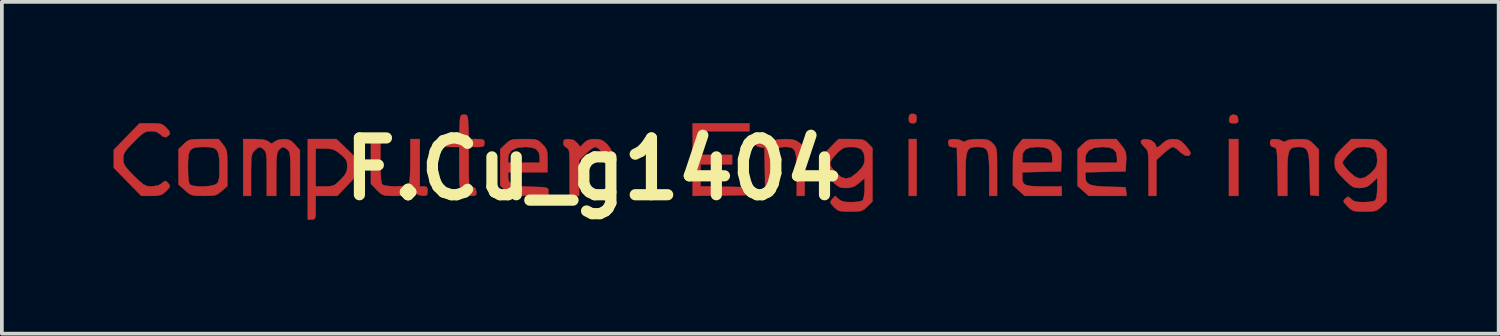
<source format=kicad_pcb>
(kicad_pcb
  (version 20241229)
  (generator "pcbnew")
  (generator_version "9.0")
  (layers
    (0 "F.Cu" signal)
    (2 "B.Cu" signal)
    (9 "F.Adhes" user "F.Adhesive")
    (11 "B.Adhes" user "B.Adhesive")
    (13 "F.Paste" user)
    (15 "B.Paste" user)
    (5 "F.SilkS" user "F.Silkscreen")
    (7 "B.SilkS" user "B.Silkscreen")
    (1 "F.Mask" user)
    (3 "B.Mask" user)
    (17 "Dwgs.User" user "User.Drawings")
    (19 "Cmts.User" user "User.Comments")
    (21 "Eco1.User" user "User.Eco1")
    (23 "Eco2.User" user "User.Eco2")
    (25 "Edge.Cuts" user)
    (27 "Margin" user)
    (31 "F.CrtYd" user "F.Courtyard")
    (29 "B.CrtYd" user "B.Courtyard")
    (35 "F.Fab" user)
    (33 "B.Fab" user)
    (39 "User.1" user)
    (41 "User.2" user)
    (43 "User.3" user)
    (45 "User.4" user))
  (footprint "F.Cu_g1404"
    (layer "F.Cu")
    (at 12.874 1.487)
    (property "Reference" "F.Cu_g1404" (at 0 0 0) (layer "F.SilkS") (effects (font (size 1.524 1.524) (thickness 0.3))))
    (attr through_hole)
    (fp_poly (pts (xy 8.678 0.72) (xy 8.467 0.72) (xy 8.467 -0.804) (xy 8.678 -0.804) (xy 8.678 0.72)) (stroke (width 0.01) (type solid)) (fill yes) (layer "F.Cu"))
    (fp_poly (pts (xy 17.314 0.72) (xy 17.06 0.72) (xy 17.06 -0.804) (xy 17.314 -0.804) (xy 17.314 0.72)) (stroke (width 0.01) (type solid)) (fill yes) (layer "F.Cu"))
    (fp_poly (pts (xy 8.648 -1.468) (xy 8.676 -1.41) (xy 8.678 -1.355) (xy 8.667 -1.264) (xy 8.619 -1.231) (xy 8.572 -1.228) (xy 8.497 -1.241) (xy 8.469 -1.299) (xy 8.467 -1.355) (xy 8.478 -1.445) (xy 8.526 -1.479) (xy 8.572 -1.482) (xy 8.648 -1.468)) (stroke (width 0.01) (type solid)) (fill yes) (layer "F.Cu"))
    (fp_poly (pts (xy 17.269 -1.442) (xy 17.303 -1.37) (xy 17.307 -1.344) (xy 17.306 -1.263) (xy 17.264 -1.232) (xy 17.187 -1.228) (xy 17.096 -1.236) (xy 17.065 -1.276) (xy 17.068 -1.344) (xy 17.095 -1.431) (xy 17.164 -1.46) (xy 17.187 -1.46) (xy 17.269 -1.442)) (stroke (width 0.01) (type solid)) (fill yes) (layer "F.Cu"))
    (fp_poly (pts (xy 4.191 -1.016) (xy 2.879 -1.016) (xy 2.879 -0.381) (xy 3.725 -0.381) (xy 3.725 -0.127) (xy 2.879 -0.127) (xy 2.879 0.463) (xy 3.524 0.475) (xy 4.17 0.487) (xy 4.17 0.699) (xy 2.667 0.722) (xy 2.667 -1.228) (xy 4.191 -1.228) (xy 4.191 -1.016)) (stroke (width 0.01) (type solid)) (fill yes) (layer "F.Cu"))
    (fp_poly (pts (xy 0.18 -0.794) (xy 0.28 -0.748) (xy 0.373 -0.665) (xy 0.465 -0.545) (xy 0.506 -0.441) (xy 0.492 -0.367) (xy 0.422 -0.339) (xy 0.421 -0.339) (xy 0.338 -0.369) (xy 0.244 -0.446) (xy 0.226 -0.466) (xy 0.141 -0.548) (xy 0.064 -0.591) (xy 0.051 -0.593) (xy -0.015 -0.565) (xy -0.114 -0.492) (xy -0.199 -0.415) (xy -0.381 -0.236) (xy -0.381 0.72) (xy -0.635 0.72) (xy -0.635 0.088) (xy -0.636 -0.157) (xy -0.639 -0.329) (xy -0.646 -0.444) (xy -0.659 -0.513) (xy -0.68 -0.55) (xy -0.71 -0.568) (xy -0.72 -0.572) (xy -0.791 -0.634) (xy -0.804 -0.701) (xy -0.792 -0.772) (xy -0.74 -0.8) (xy -0.659 -0.804) (xy -0.521 -0.776) (xy -0.432 -0.7) (xy -0.35 -0.596) (xy -0.252 -0.7) (xy -0.162 -0.771) (xy -0.048 -0.801) (xy 0.041 -0.804) (xy 0.18 -0.794)) (stroke (width 0.01) (type solid)) (fill yes) (layer "F.Cu"))
    (fp_poly (pts (xy 5.309 -0.798) (xy 5.418 -0.774) (xy 5.508 -0.722) (xy 5.542 -0.695) (xy 5.673 -0.585) (xy 5.673 0.72) (xy 5.461 0.72) (xy 5.461 0.134) (xy 5.458 -0.131) (xy 5.447 -0.322) (xy 5.423 -0.452) (xy 5.379 -0.532) (xy 5.311 -0.575) (xy 5.213 -0.591) (xy 5.136 -0.593) (xy 5.024 -0.586) (xy 4.942 -0.56) (xy 4.886 -0.502) (xy 4.852 -0.4) (xy 4.834 -0.244) (xy 4.827 -0.021) (xy 4.826 0.141) (xy 4.826 0.72) (xy 4.617 0.72) (xy 4.593 -0.572) (xy 4.477 -0.585) (xy 4.389 -0.612) (xy 4.361 -0.681) (xy 4.36 -0.701) (xy 4.371 -0.769) (xy 4.418 -0.798) (xy 4.521 -0.804) (xy 4.64 -0.792) (xy 4.724 -0.761) (xy 4.733 -0.754) (xy 4.79 -0.725) (xy 4.834 -0.754) (xy 4.903 -0.781) (xy 5.029 -0.799) (xy 5.149 -0.804) (xy 5.309 -0.798)) (stroke (width 0.01) (type solid)) (fill yes) (layer "F.Cu"))
    (fp_poly (pts (xy -5.715 -0.22) (xy -5.711 0.058) (xy -5.701 0.256) (xy -5.682 0.375) (xy -5.664 0.415) (xy -5.594 0.443) (xy -5.46 0.46) (xy -5.313 0.466) (xy -5.142 0.458) (xy -5.016 0.439) (xy -4.961 0.415) (xy -4.938 0.35) (xy -4.921 0.21) (xy -4.913 -0.009) (xy -4.911 -0.22) (xy -4.911 -0.804) (xy -4.657 -0.804) (xy -4.657 0.466) (xy -4.551 0.466) (xy -4.475 0.479) (xy -4.448 0.537) (xy -4.445 0.593) (xy -4.456 0.683) (xy -4.505 0.716) (xy -4.563 0.72) (xy -4.686 0.697) (xy -4.77 0.657) (xy -4.842 0.617) (xy -4.889 0.633) (xy -4.911 0.657) (xy -4.968 0.691) (xy -5.077 0.712) (xy -5.253 0.719) (xy -5.309 0.72) (xy -5.481 0.718) (xy -5.593 0.709) (xy -5.67 0.683) (xy -5.737 0.634) (xy -5.812 0.559) (xy -5.969 0.399) (xy -5.969 -0.804) (xy -5.715 -0.804) (xy -5.715 -0.22)) (stroke (width 0.01) (type solid)) (fill yes) (layer "F.Cu"))
    (fp_poly (pts (xy 15.678 -0.795) (xy 15.766 -0.755) (xy 15.862 -0.667) (xy 15.894 -0.632) (xy 15.977 -0.528) (xy 16.027 -0.444) (xy 16.033 -0.41) (xy 15.98 -0.353) (xy 15.89 -0.361) (xy 15.78 -0.43) (xy 15.745 -0.463) (xy 15.651 -0.543) (xy 15.572 -0.589) (xy 15.553 -0.593) (xy 15.491 -0.566) (xy 15.393 -0.495) (xy 15.303 -0.418) (xy 15.113 -0.243) (xy 15.113 0.72) (xy 14.901 0.72) (xy 14.901 0.113) (xy 14.901 -0.125) (xy 14.898 -0.293) (xy 14.89 -0.407) (xy 14.875 -0.48) (xy 14.85 -0.529) (xy 14.814 -0.568) (xy 14.796 -0.585) (xy 14.707 -0.684) (xy 14.695 -0.757) (xy 14.759 -0.797) (xy 14.831 -0.804) (xy 14.964 -0.776) (xy 15.066 -0.702) (xy 15.112 -0.604) (xy 15.113 -0.592) (xy 15.139 -0.582) (xy 15.207 -0.627) (xy 15.253 -0.669) (xy 15.369 -0.762) (xy 15.485 -0.8) (xy 15.565 -0.804) (xy 15.678 -0.795)) (stroke (width 0.01) (type solid)) (fill yes) (layer "F.Cu"))
    (fp_poly (pts (xy 14.177 -0.635) (xy 14.252 -0.533) (xy 14.291 -0.445) (xy 14.304 -0.336) (xy 14.3 -0.201) (xy 14.287 0.064) (xy 13.208 0.087) (xy 13.208 0.206) (xy 13.22 0.307) (xy 13.265 0.378) (xy 13.353 0.426) (xy 13.497 0.455) (xy 13.709 0.471) (xy 13.823 0.475) (xy 14.287 0.487) (xy 14.301 0.603) (xy 14.314 0.72) (xy 13.296 0.72) (xy 13.146 0.588) (xy 12.996 0.457) (xy 12.996 -0.289) (xy 13.208 -0.289) (xy 13.208 -0.169) (xy 14.055 -0.169) (xy 14.055 -0.304) (xy 14.033 -0.444) (xy 13.96 -0.534) (xy 13.827 -0.581) (xy 13.659 -0.593) (xy 13.444 -0.569) (xy 13.297 -0.498) (xy 13.22 -0.38) (xy 13.208 -0.289) (xy 12.996 -0.289) (xy 12.996 -0.534) (xy 13.136 -0.669) (xy 13.206 -0.733) (xy 13.27 -0.773) (xy 13.35 -0.794) (xy 13.468 -0.803) (xy 13.647 -0.804) (xy 13.658 -0.804) (xy 14.04 -0.804) (xy 14.177 -0.635)) (stroke (width 0.01) (type solid)) (fill yes) (layer "F.Cu"))
    (fp_poly (pts (xy -6.622 -0.544) (xy -6.492 -0.417) (xy -6.412 -0.328) (xy -6.37 -0.254) (xy -6.353 -0.173) (xy -6.35 -0.065) (xy -6.35 -0.053) (xy -6.353 0.06) (xy -6.369 0.144) (xy -6.409 0.222) (xy -6.486 0.316) (xy -6.611 0.448) (xy -6.611 0.448) (xy -6.871 0.72) (xy -7.451 0.72) (xy -7.451 1.037) (xy -7.452 1.199) (xy -7.46 1.293) (xy -7.48 1.339) (xy -7.519 1.353) (xy -7.556 1.355) (xy -7.662 1.355) (xy -7.662 -0.55) (xy -7.451 -0.55) (xy -7.451 0.466) (xy -7.205 0.466) (xy -7.064 0.461) (xy -6.968 0.439) (xy -6.884 0.382) (xy -6.782 0.284) (xy -6.678 0.168) (xy -6.624 0.075) (xy -6.605 -0.027) (xy -6.604 -0.073) (xy -6.612 -0.182) (xy -6.647 -0.264) (xy -6.727 -0.347) (xy -6.788 -0.399) (xy -6.909 -0.489) (xy -7.014 -0.535) (xy -7.143 -0.549) (xy -7.212 -0.55) (xy -7.451 -0.55) (xy -7.662 -0.55) (xy -7.662 -0.804) (xy -6.893 -0.804) (xy -6.622 -0.544)) (stroke (width 0.01) (type solid)) (fill yes) (layer "F.Cu"))
    (fp_poly (pts (xy 19.078 -0.801) (xy 19.179 -0.784) (xy 19.253 -0.744) (xy 19.332 -0.671) (xy 19.338 -0.665) (xy 19.473 -0.525) (xy 19.473 0.725) (xy 19.241 0.699) (xy 19.229 0.129) (xy 19.22 -0.135) (xy 19.205 -0.326) (xy 19.177 -0.456) (xy 19.132 -0.535) (xy 19.065 -0.577) (xy 18.972 -0.592) (xy 18.923 -0.593) (xy 18.815 -0.586) (xy 18.737 -0.557) (xy 18.684 -0.496) (xy 18.651 -0.391) (xy 18.634 -0.229) (xy 18.627 0.000163) (xy 18.627 0.141) (xy 18.627 0.72) (xy 18.375 0.72) (xy 18.363 0.074) (xy 18.358 -0.172) (xy 18.353 -0.347) (xy 18.344 -0.462) (xy 18.331 -0.531) (xy 18.31 -0.566) (xy 18.281 -0.581) (xy 18.256 -0.585) (xy 18.18 -0.623) (xy 18.161 -0.701) (xy 18.174 -0.773) (xy 18.228 -0.801) (xy 18.301 -0.804) (xy 18.413 -0.79) (xy 18.49 -0.755) (xy 18.491 -0.754) (xy 18.549 -0.725) (xy 18.593 -0.754) (xy 18.662 -0.781) (xy 18.792 -0.799) (xy 18.923 -0.804) (xy 19.078 -0.801)) (stroke (width 0.01) (type solid)) (fill yes) (layer "F.Cu"))
    (fp_poly (pts (xy 10.487 -0.8) (xy 10.588 -0.783) (xy 10.661 -0.744) (xy 10.724 -0.686) (xy 10.767 -0.638) (xy 10.798 -0.591) (xy 10.818 -0.529) (xy 10.83 -0.438) (xy 10.835 -0.303) (xy 10.837 -0.108) (xy 10.837 0.076) (xy 10.837 0.72) (xy 10.626 0.72) (xy 10.626 0.134) (xy 10.623 -0.131) (xy 10.612 -0.322) (xy 10.587 -0.452) (xy 10.543 -0.532) (xy 10.475 -0.575) (xy 10.378 -0.591) (xy 10.301 -0.593) (xy 10.188 -0.586) (xy 10.107 -0.56) (xy 10.051 -0.502) (xy 10.017 -0.4) (xy 9.998 -0.244) (xy 9.991 -0.021) (xy 9.991 0.141) (xy 9.991 0.72) (xy 9.781 0.72) (xy 9.77 0.074) (xy 9.758 -0.572) (xy 9.641 -0.585) (xy 9.554 -0.612) (xy 9.526 -0.681) (xy 9.525 -0.701) (xy 9.535 -0.769) (xy 9.583 -0.798) (xy 9.686 -0.804) (xy 9.804 -0.792) (xy 9.889 -0.761) (xy 9.898 -0.754) (xy 9.955 -0.725) (xy 9.999 -0.754) (xy 10.069 -0.781) (xy 10.198 -0.799) (xy 10.33 -0.804) (xy 10.487 -0.8)) (stroke (width 0.01) (type solid)) (fill yes) (layer "F.Cu"))
    (fp_poly (pts (xy 12.096 -0.803) (xy 12.218 -0.796) (xy 12.298 -0.777) (xy 12.36 -0.74) (xy 12.424 -0.679) (xy 12.44 -0.663) (xy 12.512 -0.582) (xy 12.552 -0.511) (xy 12.568 -0.422) (xy 12.567 -0.285) (xy 12.564 -0.229) (xy 12.552 0.064) (xy 12.033 0.075) (xy 11.515 0.087) (xy 11.515 0.226) (xy 11.521 0.322) (xy 11.55 0.388) (xy 11.614 0.431) (xy 11.725 0.454) (xy 11.898 0.464) (xy 12.095 0.466) (xy 12.573 0.466) (xy 12.573 0.72) (xy 11.574 0.72) (xy 11.261 0.433) (xy 11.261 -0.028) (xy 11.262 -0.232) (xy 11.265 -0.311) (xy 11.515 -0.311) (xy 11.515 -0.169) (xy 12.319 -0.169) (xy 12.319 -0.304) (xy 12.297 -0.444) (xy 12.224 -0.535) (xy 12.091 -0.581) (xy 11.924 -0.593) (xy 11.727 -0.577) (xy 11.599 -0.526) (xy 11.532 -0.433) (xy 11.515 -0.311) (xy 11.265 -0.311) (xy 11.267 -0.371) (xy 11.282 -0.466) (xy 11.31 -0.536) (xy 11.355 -0.602) (xy 11.391 -0.647) (xy 11.521 -0.804) (xy 11.912 -0.804) (xy 12.096 -0.803)) (stroke (width 0.01) (type solid)) (fill yes) (layer "F.Cu"))
    (fp_poly (pts (xy -1.682 -0.803) (xy -1.567 -0.794) (xy -1.49 -0.771) (xy -1.427 -0.728) (xy -1.363 -0.665) (xy -1.292 -0.585) (xy -1.251 -0.512) (xy -1.233 -0.416) (xy -1.228 -0.272) (xy -1.228 -0.22) (xy -1.228 0.085) (xy -2.286 0.085) (xy -2.286 0.205) (xy -2.274 0.306) (xy -2.23 0.378) (xy -2.142 0.426) (xy -1.998 0.455) (xy -1.787 0.471) (xy -1.671 0.475) (xy -1.468 0.481) (xy -1.335 0.488) (xy -1.257 0.501) (xy -1.219 0.523) (xy -1.207 0.557) (xy -1.206 0.593) (xy -1.206 0.699) (xy -2.225 0.722) (xy -2.361 0.581) (xy -2.498 0.44) (xy -2.498 -0.289) (xy -2.286 -0.289) (xy -2.286 -0.169) (xy -1.439 -0.169) (xy -1.439 -0.304) (xy -1.461 -0.444) (xy -1.534 -0.534) (xy -1.667 -0.581) (xy -1.835 -0.593) (xy -2.05 -0.569) (xy -2.197 -0.498) (xy -2.274 -0.38) (xy -2.286 -0.289) (xy -2.498 -0.289) (xy -2.498 -0.534) (xy -2.358 -0.669) (xy -2.286 -0.735) (xy -2.22 -0.775) (xy -2.136 -0.796) (xy -2.012 -0.803) (xy -1.858 -0.804) (xy -1.682 -0.803)) (stroke (width 0.01) (type solid)) (fill yes) (layer "F.Cu"))
    (fp_poly (pts (xy -11.713 -1.225) (xy -11.609 -1.211) (xy -11.536 -1.178) (xy -11.468 -1.118) (xy -11.453 -1.102) (xy -11.379 -1.015) (xy -11.362 -0.957) (xy -11.386 -0.912) (xy -11.469 -0.852) (xy -11.557 -0.874) (xy -11.62 -0.931) (xy -11.728 -0.998) (xy -11.872 -1.016) (xy -11.959 -1.011) (xy -12.034 -0.987) (xy -12.114 -0.934) (xy -12.219 -0.84) (xy -12.331 -0.729) (xy -12.465 -0.59) (xy -12.549 -0.49) (xy -12.595 -0.411) (xy -12.613 -0.335) (xy -12.615 -0.273) (xy -12.61 -0.187) (xy -12.585 -0.113) (xy -12.529 -0.031) (xy -12.432 0.077) (xy -12.329 0.181) (xy -12.191 0.314) (xy -12.093 0.398) (xy -12.015 0.444) (xy -11.939 0.462) (xy -11.855 0.466) (xy -11.684 0.443) (xy -11.577 0.38) (xy -11.51 0.323) (xy -11.466 0.324) (xy -11.411 0.379) (xy -11.368 0.435) (xy -11.368 0.481) (xy -11.42 0.546) (xy -11.464 0.591) (xy -11.544 0.662) (xy -11.623 0.701) (xy -11.73 0.717) (xy -11.864 0.72) (xy -12.134 0.72) (xy -12.502 0.344) (xy -12.869 -0.031) (xy -12.869 -0.518) (xy -12.523 -0.873) (xy -12.177 -1.228) (xy -11.875 -1.228) (xy -11.713 -1.225)) (stroke (width 0.01) (type solid)) (fill yes) (layer "F.Cu"))
    (fp_poly (pts (xy -3.418 -1.456) (xy -3.386 -1.432) (xy -3.368 -1.37) (xy -3.358 -1.252) (xy -3.353 -1.132) (xy -3.341 -0.804) (xy -3.131 -0.804) (xy -3.006 -0.801) (xy -2.944 -0.783) (xy -2.923 -0.74) (xy -2.921 -0.699) (xy -2.928 -0.636) (xy -2.963 -0.604) (xy -3.048 -0.594) (xy -3.133 -0.593) (xy -3.344 -0.593) (xy -3.344 -0.066) (xy -3.344 0.152) (xy -3.34 0.301) (xy -3.331 0.393) (xy -3.314 0.443) (xy -3.287 0.465) (xy -3.249 0.473) (xy -3.17 0.514) (xy -3.14 0.603) (xy -3.14 0.682) (xy -3.179 0.714) (xy -3.271 0.72) (xy -3.429 0.682) (xy -3.506 0.622) (xy -3.544 0.575) (xy -3.57 0.52) (xy -3.586 0.44) (xy -3.594 0.319) (xy -3.598 0.141) (xy -3.598 -0.034) (xy -3.598 -0.593) (xy -3.81 -0.593) (xy -3.936 -0.596) (xy -3.998 -0.614) (xy -4.02 -0.656) (xy -4.022 -0.699) (xy -4.015 -0.762) (xy -3.979 -0.793) (xy -3.894 -0.803) (xy -3.812 -0.804) (xy -3.602 -0.804) (xy -3.59 -1.132) (xy -3.582 -1.297) (xy -3.57 -1.395) (xy -3.549 -1.443) (xy -3.51 -1.459) (xy -3.471 -1.46) (xy -3.418 -1.456)) (stroke (width 0.01) (type solid)) (fill yes) (layer "F.Cu"))
    (fp_poly (pts (xy -8.907 -0.797) (xy -8.785 -0.774) (xy -8.713 -0.734) (xy -8.649 -0.687) (xy -8.596 -0.702) (xy -8.559 -0.734) (xy -8.458 -0.784) (xy -8.316 -0.804) (xy -8.309 -0.804) (xy -8.187 -0.792) (xy -8.094 -0.744) (xy -8.005 -0.655) (xy -7.874 -0.505) (xy -7.874 0.72) (xy -8.128 0.72) (xy -8.128 0.134) (xy -8.129 -0.105) (xy -8.134 -0.273) (xy -8.144 -0.386) (xy -8.161 -0.458) (xy -8.187 -0.504) (xy -8.205 -0.523) (xy -8.298 -0.584) (xy -8.376 -0.572) (xy -8.439 -0.515) (xy -8.468 -0.469) (xy -8.488 -0.398) (xy -8.501 -0.286) (xy -8.507 -0.12) (xy -8.509 0.114) (xy -8.509 0.141) (xy -8.509 0.72) (xy -8.763 0.72) (xy -8.763 0.134) (xy -8.764 -0.105) (xy -8.769 -0.273) (xy -8.779 -0.386) (xy -8.796 -0.458) (xy -8.822 -0.504) (xy -8.84 -0.523) (xy -8.927 -0.582) (xy -9 -0.576) (xy -9.089 -0.5) (xy -9.094 -0.495) (xy -9.132 -0.448) (xy -9.158 -0.393) (xy -9.174 -0.313) (xy -9.182 -0.192) (xy -9.186 -0.014) (xy -9.186 0.161) (xy -9.186 0.72) (xy -9.398 0.72) (xy -9.398 -0.804) (xy -9.094 -0.804) (xy -8.907 -0.797)) (stroke (width 0.01) (type solid)) (fill yes) (layer "F.Cu"))
    (fp_poly (pts (xy -10.054 -0.804) (xy -9.938 -0.658) (xy -9.887 -0.591) (xy -9.854 -0.527) (xy -9.834 -0.446) (xy -9.825 -0.33) (xy -9.822 -0.16) (xy -9.821 -0.028) (xy -9.821 0.457) (xy -9.971 0.588) (xy -10.052 0.655) (xy -10.127 0.694) (xy -10.221 0.713) (xy -10.36 0.719) (xy -10.458 0.72) (xy -10.628 0.718) (xy -10.741 0.707) (xy -10.822 0.678) (xy -10.898 0.625) (xy -10.964 0.567) (xy -11.134 0.413) (xy -11.134 -0.044) (xy -10.88 -0.044) (xy -10.874 0.179) (xy -10.858 0.333) (xy -10.831 0.412) (xy -10.829 0.415) (xy -10.75 0.448) (xy -10.617 0.465) (xy -10.457 0.467) (xy -10.3 0.454) (xy -10.172 0.426) (xy -10.11 0.396) (xy -10.071 0.345) (xy -10.048 0.268) (xy -10.036 0.144) (xy -10.033 -0.039) (xy -10.038 -0.266) (xy -10.061 -0.421) (xy -10.112 -0.518) (xy -10.199 -0.57) (xy -10.333 -0.59) (xy -10.445 -0.593) (xy -10.623 -0.587) (xy -10.744 -0.561) (xy -10.82 -0.502) (xy -10.861 -0.396) (xy -10.877 -0.23) (xy -10.88 -0.044) (xy -11.134 -0.044) (xy -11.134 -0.534) (xy -10.994 -0.669) (xy -10.926 -0.732) (xy -10.864 -0.772) (xy -10.786 -0.793) (xy -10.672 -0.802) (xy -10.5 -0.804) (xy -10.454 -0.804) (xy -10.054 -0.804)) (stroke (width 0.01) (type solid)) (fill yes) (layer "F.Cu"))
    (fp_poly (pts (xy 7.096 -0.802) (xy 7.209 -0.792) (xy 7.283 -0.767) (xy 7.344 -0.721) (xy 7.379 -0.686) (xy 7.493 -0.567) (xy 7.493 0.872) (xy 7.353 1.008) (xy 7.276 1.077) (xy 7.204 1.118) (xy 7.112 1.137) (xy 6.974 1.143) (xy 6.896 1.143) (xy 6.729 1.141) (xy 6.622 1.128) (xy 6.549 1.099) (xy 6.484 1.045) (xy 6.457 1.017) (xy 6.382 0.934) (xy 6.361 0.883) (xy 6.388 0.833) (xy 6.413 0.804) (xy 6.491 0.718) (xy 6.582 0.804) (xy 6.662 0.856) (xy 6.774 0.883) (xy 6.926 0.889) (xy 7.072 0.881) (xy 7.185 0.86) (xy 7.231 0.838) (xy 7.258 0.769) (xy 7.276 0.642) (xy 7.281 0.516) (xy 7.281 0.245) (xy 7.132 0.377) (xy 7.01 0.465) (xy 6.888 0.503) (xy 6.786 0.508) (xy 6.684 0.503) (xy 6.604 0.481) (xy 6.523 0.429) (xy 6.418 0.335) (xy 6.343 0.261) (xy 6.218 0.131) (xy 6.144 0.036) (xy 6.107 -0.044) (xy 6.096 -0.131) (xy 6.096 -0.151) (xy 6.096 -0.152) (xy 6.35 -0.152) (xy 6.378 -0.074) (xy 6.451 0.03) (xy 6.507 0.093) (xy 6.649 0.213) (xy 6.78 0.256) (xy 6.913 0.222) (xy 7.062 0.111) (xy 7.1 0.076) (xy 7.206 -0.038) (xy 7.261 -0.13) (xy 7.28 -0.229) (xy 7.281 -0.27) (xy 7.259 -0.432) (xy 7.187 -0.534) (xy 7.055 -0.584) (xy 6.927 -0.593) (xy 6.799 -0.587) (xy 6.706 -0.558) (xy 6.614 -0.493) (xy 6.532 -0.415) (xy 6.434 -0.305) (xy 6.368 -0.206) (xy 6.35 -0.152) (xy 6.096 -0.152) (xy 6.104 -0.242) (xy 6.135 -0.323) (xy 6.202 -0.415) (xy 6.318 -0.54) (xy 6.338 -0.56) (xy 6.58 -0.804) (xy 6.923 -0.804) (xy 7.096 -0.802)) (stroke (width 0.01) (type solid)) (fill yes) (layer "F.Cu"))
    (fp_poly (pts (xy 20.854 -0.803) (xy 20.965 -0.792) (xy 21.041 -0.766) (xy 21.106 -0.717) (xy 21.158 -0.665) (xy 21.294 -0.525) (xy 21.294 0.872) (xy 21.154 1.008) (xy 21.076 1.077) (xy 21.005 1.118) (xy 20.913 1.137) (xy 20.774 1.143) (xy 20.697 1.143) (xy 20.532 1.141) (xy 20.425 1.129) (xy 20.351 1.099) (xy 20.282 1.042) (xy 20.243 1.002) (xy 20.162 0.915) (xy 20.134 0.862) (xy 20.153 0.821) (xy 20.185 0.79) (xy 20.248 0.744) (xy 20.296 0.758) (xy 20.341 0.804) (xy 20.406 0.854) (xy 20.501 0.881) (xy 20.652 0.889) (xy 20.678 0.889) (xy 20.828 0.881) (xy 20.942 0.86) (xy 20.989 0.838) (xy 21.017 0.769) (xy 21.035 0.64) (xy 21.04 0.512) (xy 21.04 0.237) (xy 20.9 0.373) (xy 20.788 0.463) (xy 20.676 0.502) (xy 20.571 0.508) (xy 20.47 0.503) (xy 20.391 0.48) (xy 20.309 0.425) (xy 20.202 0.327) (xy 20.139 0.263) (xy 20.017 0.136) (xy 19.945 0.045) (xy 19.909 -0.035) (xy 19.897 -0.124) (xy 19.897 -0.169) (xy 20.108 -0.169) (xy 20.136 -0.109) (xy 20.209 -0.013) (xy 20.286 0.072) (xy 20.438 0.202) (xy 20.573 0.254) (xy 20.704 0.229) (xy 20.846 0.128) (xy 20.879 0.097) (xy 20.977 -0.01) (xy 21.025 -0.102) (xy 21.039 -0.218) (xy 21.04 -0.249) (xy 21.021 -0.42) (xy 20.956 -0.526) (xy 20.834 -0.58) (xy 20.682 -0.593) (xy 20.553 -0.587) (xy 20.462 -0.56) (xy 20.374 -0.497) (xy 20.286 -0.411) (xy 20.191 -0.304) (xy 20.126 -0.214) (xy 20.108 -0.169) (xy 19.897 -0.169) (xy 19.897 -0.172) (xy 19.902 -0.277) (xy 19.928 -0.36) (xy 19.987 -0.445) (xy 20.093 -0.557) (xy 20.12 -0.584) (xy 20.344 -0.804) (xy 20.683 -0.804) (xy 20.854 -0.803)) (stroke (width 0.01) (type solid)) (fill yes) (layer "F.Cu")))
  (gr_rect
    (start -3 -3)
    (end 37.173 5.905)
    (stroke (width 0.1) (type default))
    (fill no)
    (layer "Edge.Cuts")))
</source>
